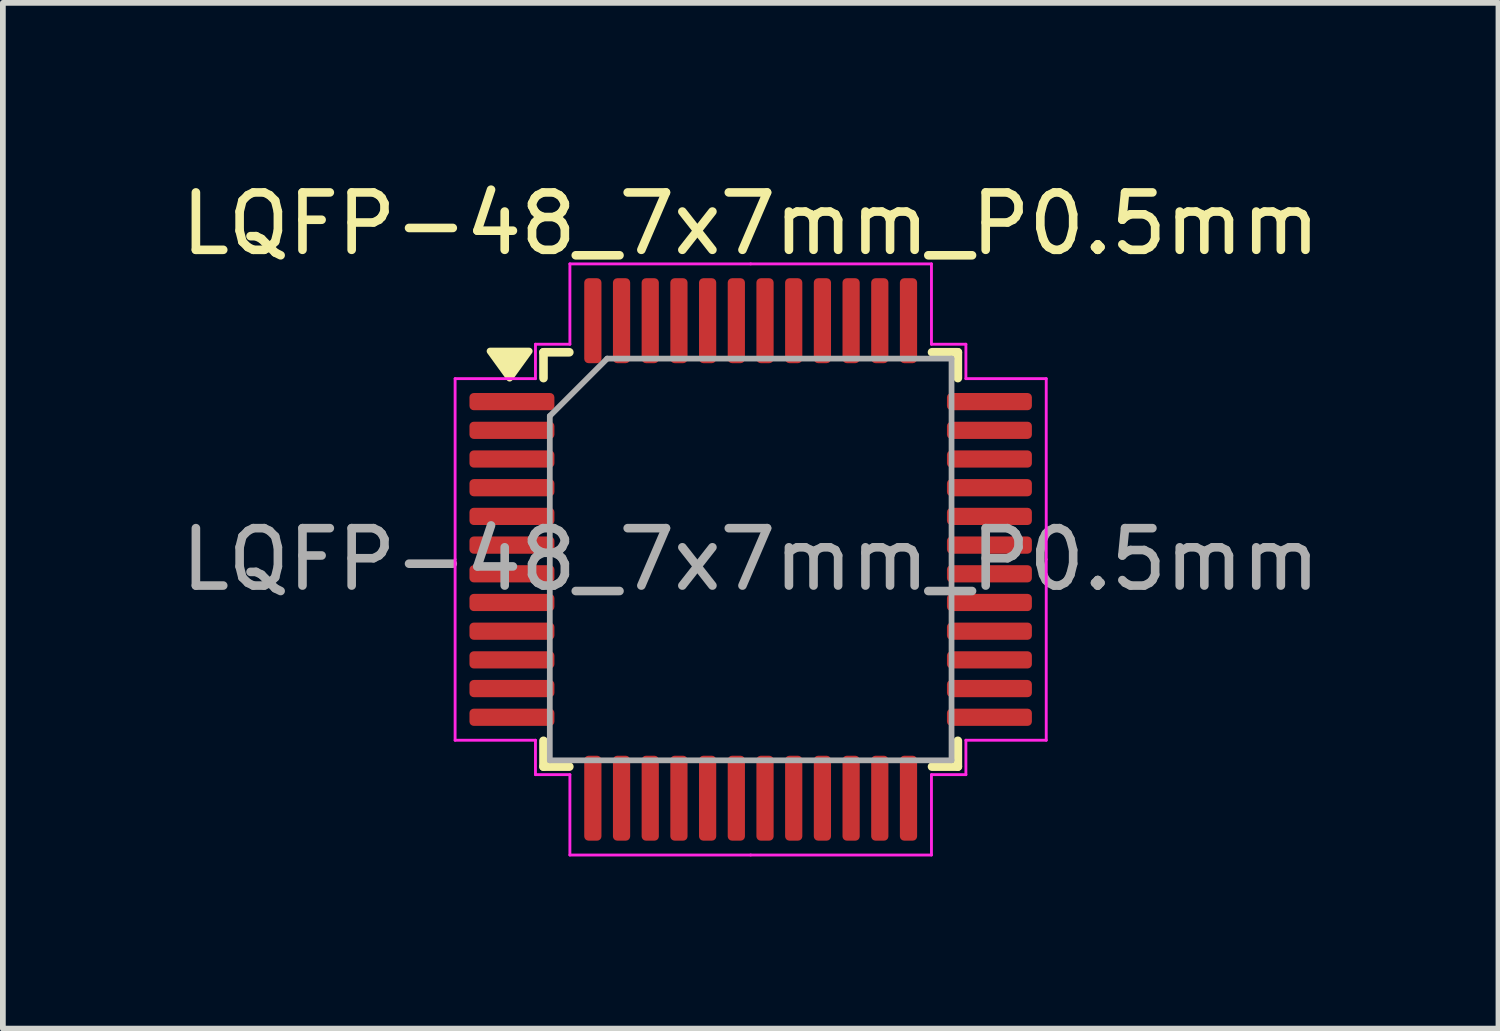
<source format=kicad_pcb>
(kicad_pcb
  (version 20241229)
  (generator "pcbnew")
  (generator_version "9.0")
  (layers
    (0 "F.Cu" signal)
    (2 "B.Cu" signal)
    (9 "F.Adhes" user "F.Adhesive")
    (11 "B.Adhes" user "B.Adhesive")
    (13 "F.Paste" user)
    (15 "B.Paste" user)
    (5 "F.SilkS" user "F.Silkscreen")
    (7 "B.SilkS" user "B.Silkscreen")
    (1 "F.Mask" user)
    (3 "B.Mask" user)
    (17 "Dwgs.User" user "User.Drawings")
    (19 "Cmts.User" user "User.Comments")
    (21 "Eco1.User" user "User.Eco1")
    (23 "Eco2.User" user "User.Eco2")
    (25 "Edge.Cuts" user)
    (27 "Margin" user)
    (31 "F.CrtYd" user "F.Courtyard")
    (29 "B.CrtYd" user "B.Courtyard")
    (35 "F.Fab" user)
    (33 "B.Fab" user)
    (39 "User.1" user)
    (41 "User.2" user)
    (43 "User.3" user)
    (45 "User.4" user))
  (footprint "LQFP-48_7x7mm_P0.5mm"
    (layer "F.Cu")
    (at 10.03 6.698)
    (property "Reference" "LQFP-48_7x7mm_P0.5mm" (at 0 -5.85 0) (layer "F.SilkS") (effects (font (size 1 1) (thickness 0.15))))
    (attr smd)
    (fp_line (start -3.61 -3.61) (end -3.61 -3.16) (stroke (width 0.15) (type solid)) (layer "F.SilkS"))
    (fp_line (start -3.61 3.61) (end -3.61 3.16) (stroke (width 0.15) (type solid)) (layer "F.SilkS"))
    (fp_line (start -3.16 -3.61) (end -3.61 -3.61) (stroke (width 0.15) (type solid)) (layer "F.SilkS"))
    (fp_line (start -3.16 3.61) (end -3.61 3.61) (stroke (width 0.15) (type solid)) (layer "F.SilkS"))
    (fp_line (start 3.16 -3.61) (end 3.61 -3.61) (stroke (width 0.15) (type solid)) (layer "F.SilkS"))
    (fp_line (start 3.16 3.61) (end 3.61 3.61) (stroke (width 0.15) (type solid)) (layer "F.SilkS"))
    (fp_line (start 3.61 -3.61) (end 3.61 -3.16) (stroke (width 0.15) (type solid)) (layer "F.SilkS"))
    (fp_line (start 3.61 3.61) (end 3.61 3.16) (stroke (width 0.15) (type solid)) (layer "F.SilkS"))
    (fp_poly (pts (xy -4.2 -3.16) (xy -4.54 -3.63) (xy -3.86 -3.63) (xy -4.2 -3.16)) (stroke (width 0.12) (type solid)) (fill yes) (layer "F.SilkS"))
    (fp_line (start -5.15 -3.15) (end -5.15 0) (stroke (width 0.05) (type solid)) (layer "F.CrtYd"))
    (fp_line (start -5.15 3.15) (end -5.15 0) (stroke (width 0.05) (type solid)) (layer "F.CrtYd"))
    (fp_line (start -3.75 -3.75) (end -3.75 -3.15) (stroke (width 0.05) (type solid)) (layer "F.CrtYd"))
    (fp_line (start -3.75 -3.15) (end -5.15 -3.15) (stroke (width 0.05) (type solid)) (layer "F.CrtYd"))
    (fp_line (start -3.75 3.15) (end -5.15 3.15) (stroke (width 0.05) (type solid)) (layer "F.CrtYd"))
    (fp_line (start -3.75 3.75) (end -3.75 3.15) (stroke (width 0.05) (type solid)) (layer "F.CrtYd"))
    (fp_line (start -3.15 -5.15) (end -3.15 -3.75) (stroke (width 0.05) (type solid)) (layer "F.CrtYd"))
    (fp_line (start -3.15 -3.75) (end -3.75 -3.75) (stroke (width 0.05) (type solid)) (layer "F.CrtYd"))
    (fp_line (start -3.15 3.75) (end -3.75 3.75) (stroke (width 0.05) (type solid)) (layer "F.CrtYd"))
    (fp_line (start -3.15 5.15) (end -3.15 3.75) (stroke (width 0.05) (type solid)) (layer "F.CrtYd"))
    (fp_line (start 0 -5.15) (end -3.15 -5.15) (stroke (width 0.05) (type solid)) (layer "F.CrtYd"))
    (fp_line (start 0 -5.15) (end 3.15 -5.15) (stroke (width 0.05) (type solid)) (layer "F.CrtYd"))
    (fp_line (start 0 5.15) (end -3.15 5.15) (stroke (width 0.05) (type solid)) (layer "F.CrtYd"))
    (fp_line (start 0 5.15) (end 3.15 5.15) (stroke (width 0.05) (type solid)) (layer "F.CrtYd"))
    (fp_line (start 3.15 -5.15) (end 3.15 -3.75) (stroke (width 0.05) (type solid)) (layer "F.CrtYd"))
    (fp_line (start 3.15 -3.75) (end 3.75 -3.75) (stroke (width 0.05) (type solid)) (layer "F.CrtYd"))
    (fp_line (start 3.15 3.75) (end 3.75 3.75) (stroke (width 0.05) (type solid)) (layer "F.CrtYd"))
    (fp_line (start 3.15 5.15) (end 3.15 3.75) (stroke (width 0.05) (type solid)) (layer "F.CrtYd"))
    (fp_line (start 3.75 -3.75) (end 3.75 -3.15) (stroke (width 0.05) (type solid)) (layer "F.CrtYd"))
    (fp_line (start 3.75 -3.15) (end 5.15 -3.15) (stroke (width 0.05) (type solid)) (layer "F.CrtYd"))
    (fp_line (start 3.75 3.15) (end 5.15 3.15) (stroke (width 0.05) (type solid)) (layer "F.CrtYd"))
    (fp_line (start 3.75 3.75) (end 3.75 3.15) (stroke (width 0.05) (type solid)) (layer "F.CrtYd"))
    (fp_line (start 5.15 -3.15) (end 5.15 0) (stroke (width 0.05) (type solid)) (layer "F.CrtYd"))
    (fp_line (start 5.15 3.15) (end 5.15 0) (stroke (width 0.05) (type solid)) (layer "F.CrtYd"))
    (fp_line (start -3.5 -2.5) (end -2.5 -3.5) (stroke (width 0.1) (type solid)) (layer "F.Fab"))
    (fp_line (start -3.5 3.5) (end -3.5 -2.5) (stroke (width 0.1) (type solid)) (layer "F.Fab"))
    (fp_line (start -2.5 -3.5) (end 3.5 -3.5) (stroke (width 0.1) (type solid)) (layer "F.Fab"))
    (fp_line (start 3.5 -3.5) (end 3.5 3.5) (stroke (width 0.1) (type solid)) (layer "F.Fab"))
    (fp_line (start 3.5 3.5) (end -3.5 3.5) (stroke (width 0.1) (type solid)) (layer "F.Fab"))
    (fp_text user "${REFERENCE}" (at 0 0 0) (layer "F.Fab") (effects (font (size 1 1) (thickness 0.15))))
    (pad "1" smd roundrect (at -4.16 -2.75) (size 1.48 0.3) (layers "F.Cu" "F.Mask" "F.Paste") (roundrect_rratio 0.25))
    (pad "2" smd roundrect (at -4.16 -2.25) (size 1.48 0.3) (layers "F.Cu" "F.Mask" "F.Paste") (roundrect_rratio 0.25))
    (pad "3" smd roundrect (at -4.16 -1.75) (size 1.48 0.3) (layers "F.Cu" "F.Mask" "F.Paste") (roundrect_rratio 0.25))
    (pad "4" smd roundrect (at -4.16 -1.25) (size 1.48 0.3) (layers "F.Cu" "F.Mask" "F.Paste") (roundrect_rratio 0.25))
    (pad "5" smd roundrect (at -4.16 -0.75) (size 1.48 0.3) (layers "F.Cu" "F.Mask" "F.Paste") (roundrect_rratio 0.25))
    (pad "6" smd roundrect (at -4.16 -0.25) (size 1.48 0.3) (layers "F.Cu" "F.Mask" "F.Paste") (roundrect_rratio 0.25))
    (pad "7" smd roundrect (at -4.16 0.25) (size 1.48 0.3) (layers "F.Cu" "F.Mask" "F.Paste") (roundrect_rratio 0.25))
    (pad "8" smd roundrect (at -4.16 0.75) (size 1.48 0.3) (layers "F.Cu" "F.Mask" "F.Paste") (roundrect_rratio 0.25))
    (pad "9" smd roundrect (at -4.16 1.25) (size 1.48 0.3) (layers "F.Cu" "F.Mask" "F.Paste") (roundrect_rratio 0.25))
    (pad "10" smd roundrect (at -4.16 1.75) (size 1.48 0.3) (layers "F.Cu" "F.Mask" "F.Paste") (roundrect_rratio 0.25))
    (pad "11" smd roundrect (at -4.16 2.25) (size 1.48 0.3) (layers "F.Cu" "F.Mask" "F.Paste") (roundrect_rratio 0.25))
    (pad "12" smd roundrect (at -4.16 2.75) (size 1.48 0.3) (layers "F.Cu" "F.Mask" "F.Paste") (roundrect_rratio 0.25))
    (pad "13" smd roundrect (at -2.75 4.16) (size 0.3 1.48) (layers "F.Cu" "F.Mask" "F.Paste") (roundrect_rratio 0.25))
    (pad "14" smd roundrect (at -2.25 4.16) (size 0.3 1.48) (layers "F.Cu" "F.Mask" "F.Paste") (roundrect_rratio 0.25))
    (pad "15" smd roundrect (at -1.75 4.16) (size 0.3 1.48) (layers "F.Cu" "F.Mask" "F.Paste") (roundrect_rratio 0.25))
    (pad "16" smd roundrect (at -1.25 4.16) (size 0.3 1.48) (layers "F.Cu" "F.Mask" "F.Paste") (roundrect_rratio 0.25))
    (pad "17" smd roundrect (at -0.75 4.16) (size 0.3 1.48) (layers "F.Cu" "F.Mask" "F.Paste") (roundrect_rratio 0.25))
    (pad "18" smd roundrect (at -0.25 4.16) (size 0.3 1.48) (layers "F.Cu" "F.Mask" "F.Paste") (roundrect_rratio 0.25))
    (pad "19" smd roundrect (at 0.25 4.16) (size 0.3 1.48) (layers "F.Cu" "F.Mask" "F.Paste") (roundrect_rratio 0.25))
    (pad "20" smd roundrect (at 0.75 4.16) (size 0.3 1.48) (layers "F.Cu" "F.Mask" "F.Paste") (roundrect_rratio 0.25))
    (pad "21" smd roundrect (at 1.25 4.16) (size 0.3 1.48) (layers "F.Cu" "F.Mask" "F.Paste") (roundrect_rratio 0.25))
    (pad "22" smd roundrect (at 1.75 4.16) (size 0.3 1.48) (layers "F.Cu" "F.Mask" "F.Paste") (roundrect_rratio 0.25))
    (pad "23" smd roundrect (at 2.25 4.16) (size 0.3 1.48) (layers "F.Cu" "F.Mask" "F.Paste") (roundrect_rratio 0.25))
    (pad "24" smd roundrect (at 2.75 4.16) (size 0.3 1.48) (layers "F.Cu" "F.Mask" "F.Paste") (roundrect_rratio 0.25))
    (pad "25" smd roundrect (at 4.16 2.75) (size 1.48 0.3) (layers "F.Cu" "F.Mask" "F.Paste") (roundrect_rratio 0.25))
    (pad "26" smd roundrect (at 4.16 2.25) (size 1.48 0.3) (layers "F.Cu" "F.Mask" "F.Paste") (roundrect_rratio 0.25))
    (pad "27" smd roundrect (at 4.16 1.75) (size 1.48 0.3) (layers "F.Cu" "F.Mask" "F.Paste") (roundrect_rratio 0.25))
    (pad "28" smd roundrect (at 4.16 1.25) (size 1.48 0.3) (layers "F.Cu" "F.Mask" "F.Paste") (roundrect_rratio 0.25))
    (pad "29" smd roundrect (at 4.16 0.75) (size 1.48 0.3) (layers "F.Cu" "F.Mask" "F.Paste") (roundrect_rratio 0.25))
    (pad "30" smd roundrect (at 4.16 0.25) (size 1.48 0.3) (layers "F.Cu" "F.Mask" "F.Paste") (roundrect_rratio 0.25))
    (pad "31" smd roundrect (at 4.16 -0.25) (size 1.48 0.3) (layers "F.Cu" "F.Mask" "F.Paste") (roundrect_rratio 0.25))
    (pad "32" smd roundrect (at 4.16 -0.75) (size 1.48 0.3) (layers "F.Cu" "F.Mask" "F.Paste") (roundrect_rratio 0.25))
    (pad "33" smd roundrect (at 4.16 -1.25) (size 1.48 0.3) (layers "F.Cu" "F.Mask" "F.Paste") (roundrect_rratio 0.25))
    (pad "34" smd roundrect (at 4.16 -1.75) (size 1.48 0.3) (layers "F.Cu" "F.Mask" "F.Paste") (roundrect_rratio 0.25))
    (pad "35" smd roundrect (at 4.16 -2.25) (size 1.48 0.3) (layers "F.Cu" "F.Mask" "F.Paste") (roundrect_rratio 0.25))
    (pad "36" smd roundrect (at 4.16 -2.75) (size 1.48 0.3) (layers "F.Cu" "F.Mask" "F.Paste") (roundrect_rratio 0.25))
    (pad "37" smd roundrect (at 2.75 -4.16) (size 0.3 1.48) (layers "F.Cu" "F.Mask" "F.Paste") (roundrect_rratio 0.25))
    (pad "38" smd roundrect (at 2.25 -4.16) (size 0.3 1.48) (layers "F.Cu" "F.Mask" "F.Paste") (roundrect_rratio 0.25))
    (pad "39" smd roundrect (at 1.75 -4.16) (size 0.3 1.48) (layers "F.Cu" "F.Mask" "F.Paste") (roundrect_rratio 0.25))
    (pad "40" smd roundrect (at 1.25 -4.16) (size 0.3 1.48) (layers "F.Cu" "F.Mask" "F.Paste") (roundrect_rratio 0.25))
    (pad "41" smd roundrect (at 0.75 -4.16) (size 0.3 1.48) (layers "F.Cu" "F.Mask" "F.Paste") (roundrect_rratio 0.25))
    (pad "42" smd roundrect (at 0.25 -4.16) (size 0.3 1.48) (layers "F.Cu" "F.Mask" "F.Paste") (roundrect_rratio 0.25))
    (pad "43" smd roundrect (at -0.25 -4.16) (size 0.3 1.48) (layers "F.Cu" "F.Mask" "F.Paste") (roundrect_rratio 0.25))
    (pad "44" smd roundrect (at -0.75 -4.16) (size 0.3 1.48) (layers "F.Cu" "F.Mask" "F.Paste") (roundrect_rratio 0.25))
    (pad "45" smd roundrect (at -1.25 -4.16) (size 0.3 1.48) (layers "F.Cu" "F.Mask" "F.Paste") (roundrect_rratio 0.25))
    (pad "46" smd roundrect (at -1.75 -4.16) (size 0.3 1.48) (layers "F.Cu" "F.Mask" "F.Paste") (roundrect_rratio 0.25))
    (pad "47" smd roundrect (at -2.25 -4.16) (size 0.3 1.48) (layers "F.Cu" "F.Mask" "F.Paste") (roundrect_rratio 0.25))
    (pad "48" smd roundrect (at -2.75 -4.16) (size 0.3 1.48) (layers "F.Cu" "F.Mask" "F.Paste") (roundrect_rratio 0.25)))
  (gr_rect
    (start -3 -3)
    (end 23.06 14.873)
    (stroke (width 0.1) (type default))
    (fill no)
    (layer "Edge.Cuts")))
</source>
